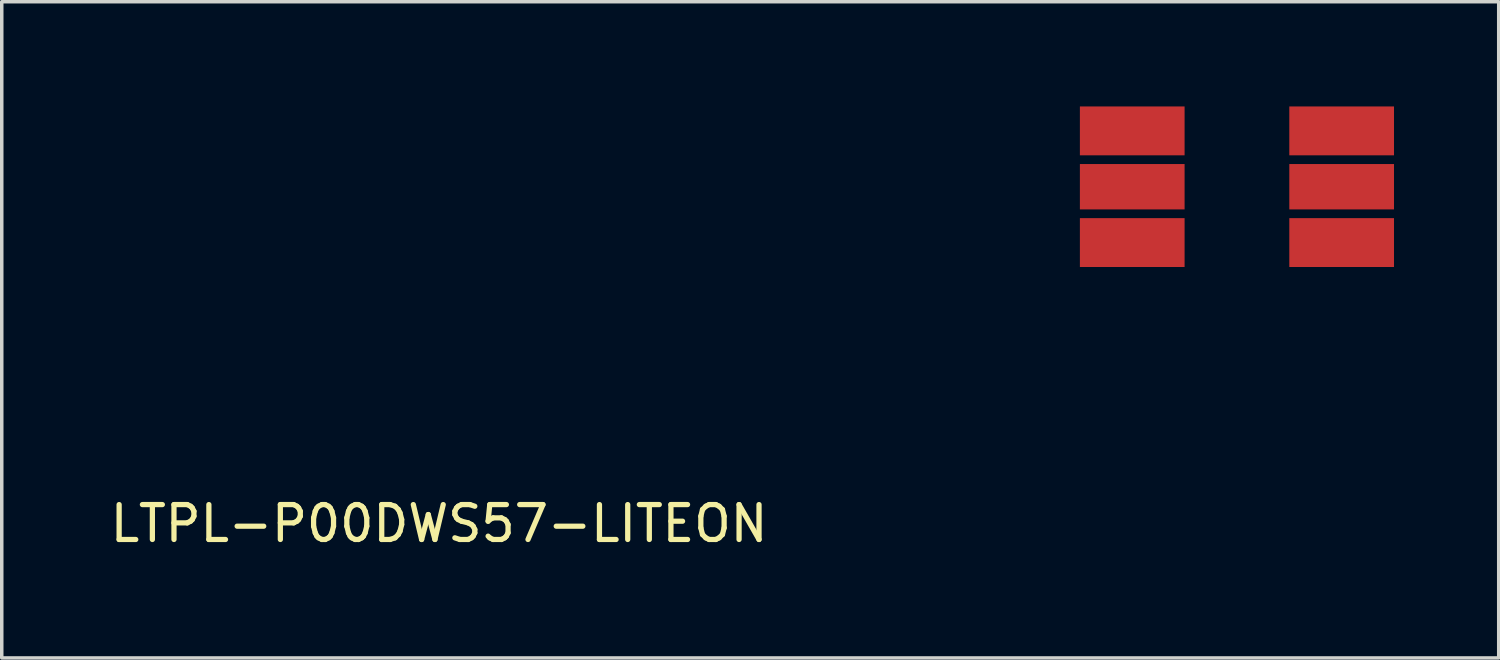
<source format=kicad_pcb>
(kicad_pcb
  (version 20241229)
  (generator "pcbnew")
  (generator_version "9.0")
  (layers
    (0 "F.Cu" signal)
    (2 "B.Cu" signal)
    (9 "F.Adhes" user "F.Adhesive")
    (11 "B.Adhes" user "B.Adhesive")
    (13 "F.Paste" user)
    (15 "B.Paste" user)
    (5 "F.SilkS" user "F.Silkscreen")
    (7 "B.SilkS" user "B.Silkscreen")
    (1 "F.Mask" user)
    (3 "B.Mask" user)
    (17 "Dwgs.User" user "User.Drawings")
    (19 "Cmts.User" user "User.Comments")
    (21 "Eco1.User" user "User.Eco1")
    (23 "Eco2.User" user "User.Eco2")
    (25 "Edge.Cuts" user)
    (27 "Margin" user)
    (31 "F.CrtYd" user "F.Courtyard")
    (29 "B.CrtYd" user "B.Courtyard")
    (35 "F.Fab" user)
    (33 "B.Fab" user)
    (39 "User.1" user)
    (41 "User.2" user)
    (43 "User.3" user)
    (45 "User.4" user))
  (footprint "LTPL-P00DWS57-LITEON"
    (layer "F.Cu")
    (at 32.39 2.3)
    (property "Reference" "LTPL-P00DWS57-LITEON" (at -22.86 9.652 0) (layer "F.SilkS") (effects (font (size 1 1) (thickness 0.15))))
    (attr through_hole)
    (pad "1" smd rect (at -3 -1.6) (size 3 1.4) (layers "F.Cu" "F.Mask" "F.Paste"))
    (pad "2" smd rect (at -3 0) (size 3 1.3) (layers "F.Cu" "F.Mask" "F.Paste"))
    (pad "3" smd rect (at -3 1.6) (size 3 1.4) (layers "F.Cu" "F.Mask" "F.Paste"))
    (pad "4" smd rect (at 3 1.6) (size 3 1.4) (layers "F.Cu" "F.Mask" "F.Paste"))
    (pad "5" smd rect (at 3 0) (size 3 1.3) (layers "F.Cu" "F.Mask" "F.Paste"))
    (pad "6" smd rect (at 3 -1.6) (size 3 1.4) (layers "F.Cu" "F.Mask" "F.Paste")))
  (gr_rect
    (start -3 -3)
    (end 39.89 15.8)
    (stroke (width 0.1) (type default))
    (fill no)
    (layer "Edge.Cuts")))
</source>
